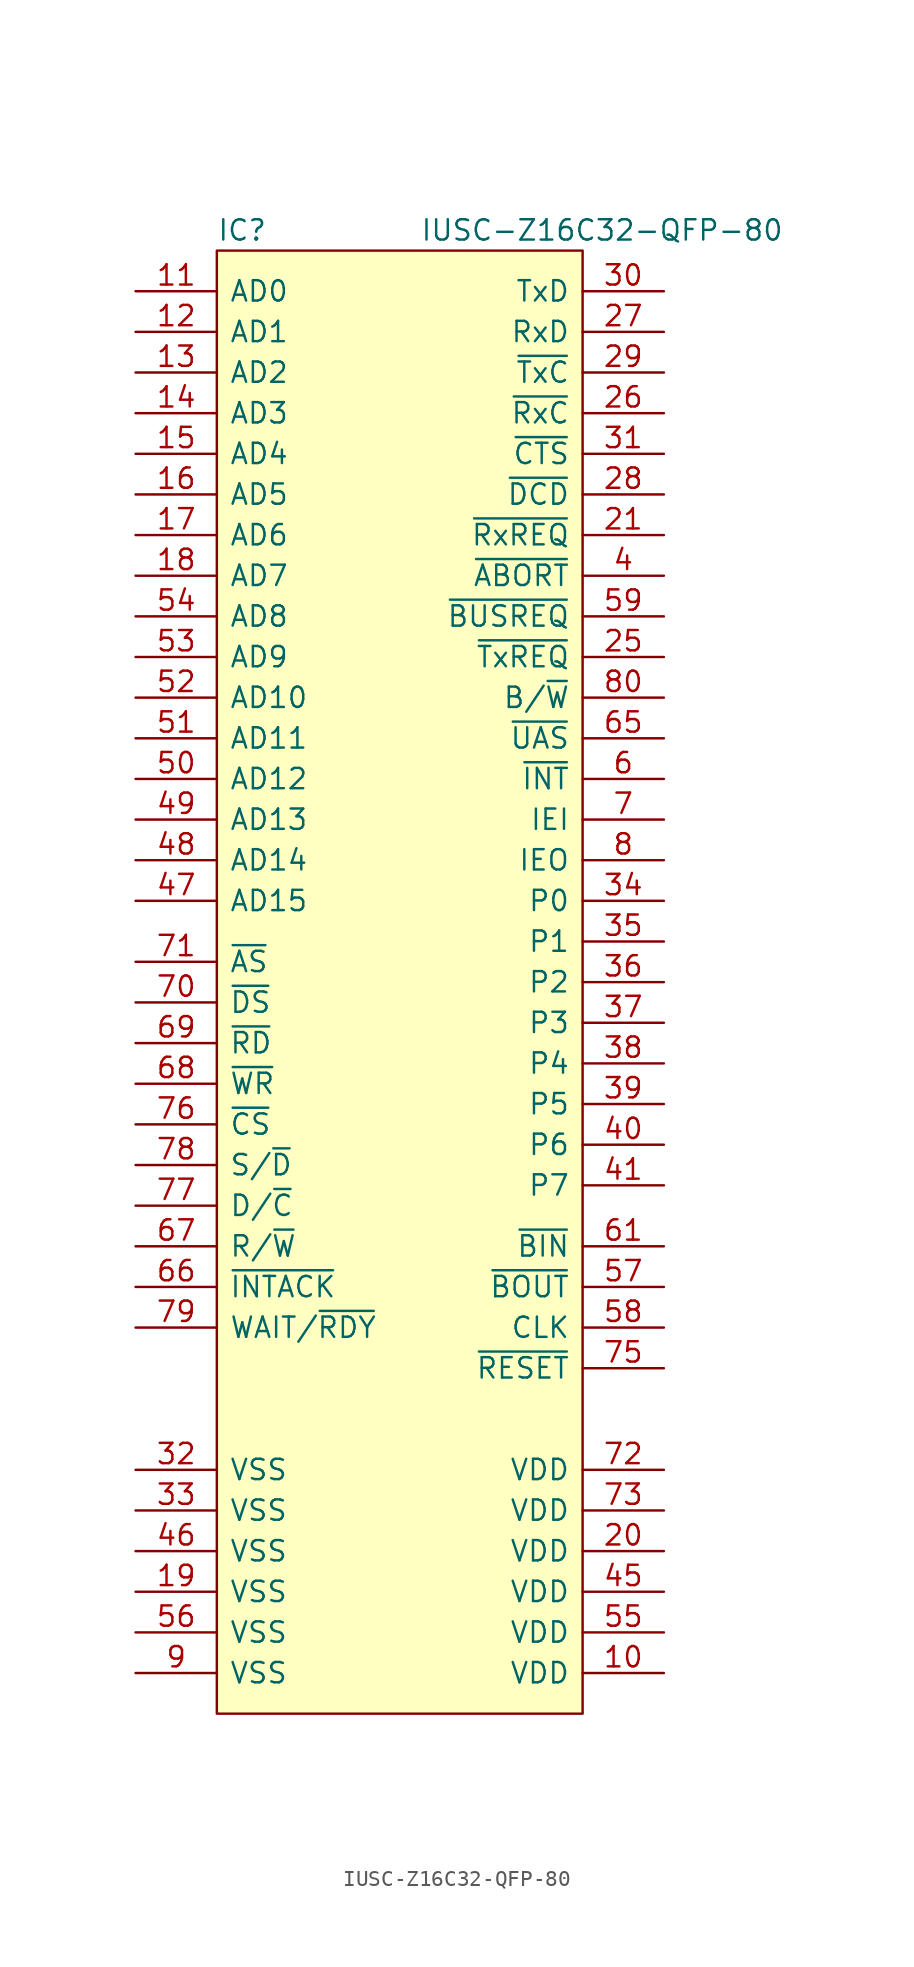
<source format=kicad_sym>
(kicad_symbol_lib
  (version 20211014)
  (generator kicad_symbol_editor)
  (symbol "IUSC-Z16C32-QFP-80"
    (pin_names
      (offset 0.762))
    (property "Reference" "IC"
      (at 0 1.27 0)
      (effects (font (size 1.27 1.27)) (justify left)))
    (property "Value" "IUSC-Z16C32-QFP-80"
      (at 12.7 1.27 0)
      (effects (font (size 1.27 1.27)) (justify left)))
    (symbol "IUSC-Z16C32-QFP-80_0_0"
      (pin power_in line (at 27.94 -88.9 180) (length 5.08) (name "VDD" (effects (font (size 1.27 1.27)))) (number "10" (effects (font (size 1.27 1.27)))))
      (pin bidirectional line (at -5.08 -2.54 0) (length 5.08) (name "AD0" (effects (font (size 1.27 1.27)))) (number "11" (effects (font (size 1.27 1.27)))))
      (pin bidirectional line (at -5.08 -5.08 0) (length 5.08) (name "AD1" (effects (font (size 1.27 1.27)))) (number "12" (effects (font (size 1.27 1.27)))))
      (pin bidirectional line (at -5.08 -7.62 0) (length 5.08) (name "AD2" (effects (font (size 1.27 1.27)))) (number "13" (effects (font (size 1.27 1.27)))))
      (pin bidirectional line (at -5.08 -10.16 0) (length 5.08) (name "AD3" (effects (font (size 1.27 1.27)))) (number "14" (effects (font (size 1.27 1.27)))))
      (pin bidirectional line (at -5.08 -12.7 0) (length 5.08) (name "AD4" (effects (font (size 1.27 1.27)))) (number "15" (effects (font (size 1.27 1.27)))))
      (pin bidirectional line (at -5.08 -15.24 0) (length 5.08) (name "AD5" (effects (font (size 1.27 1.27)))) (number "16" (effects (font (size 1.27 1.27)))))
      (pin bidirectional line (at -5.08 -17.78 0) (length 5.08) (name "AD6" (effects (font (size 1.27 1.27)))) (number "17" (effects (font (size 1.27 1.27)))))
      (pin bidirectional line (at -5.08 -20.32 0) (length 5.08) (name "AD7" (effects (font (size 1.27 1.27)))) (number "18" (effects (font (size 1.27 1.27)))))
      (pin power_in line (at -5.08 -83.82 0) (length 5.08) (name "VSS" (effects (font (size 1.27 1.27)))) (number "19" (effects (font (size 1.27 1.27)))))
      (pin power_in line (at 27.94 -81.28 180) (length 5.08) (name "VDD" (effects (font (size 1.27 1.27)))) (number "20" (effects (font (size 1.27 1.27)))))
      (pin bidirectional line (at 27.94 -17.78 180) (length 5.08) (name "~{RxREQ}" (effects (font (size 1.27 1.27)))) (number "21" (effects (font (size 1.27 1.27)))))
      (pin bidirectional line (at 27.94 -25.4 180) (length 5.08) (name "~{TxREQ}" (effects (font (size 1.27 1.27)))) (number "25" (effects (font (size 1.27 1.27)))))
      (pin bidirectional line (at 27.94 -10.16 180) (length 5.08) (name "~{RxC}" (effects (font (size 1.27 1.27)))) (number "26" (effects (font (size 1.27 1.27)))))
      (pin input line (at 27.94 -5.08 180) (length 5.08) (name "RxD" (effects (font (size 1.27 1.27)))) (number "27" (effects (font (size 1.27 1.27)))))
      (pin bidirectional line (at 27.94 -15.24 180) (length 5.08) (name "~{DCD}" (effects (font (size 1.27 1.27)))) (number "28" (effects (font (size 1.27 1.27)))))
      (pin bidirectional line (at 27.94 -7.62 180) (length 5.08) (name "~{TxC}" (effects (font (size 1.27 1.27)))) (number "29" (effects (font (size 1.27 1.27)))))
      (pin output line (at 27.94 -2.54 180) (length 5.08) (name "TxD" (effects (font (size 1.27 1.27)))) (number "30" (effects (font (size 1.27 1.27)))))
      (pin bidirectional line (at 27.94 -12.7 180) (length 5.08) (name "~{CTS}" (effects (font (size 1.27 1.27)))) (number "31" (effects (font (size 1.27 1.27)))))
      (pin power_in line (at -5.08 -76.2 0) (length 5.08) (name "VSS" (effects (font (size 1.27 1.27)))) (number "32" (effects (font (size 1.27 1.27)))))
      (pin power_in line (at -5.08 -78.74 0) (length 5.08) (name "VSS" (effects (font (size 1.27 1.27)))) (number "33" (effects (font (size 1.27 1.27)))))
      (pin bidirectional line (at 27.94 -40.64 180) (length 5.08) (name "P0" (effects (font (size 1.27 1.27)))) (number "34" (effects (font (size 1.27 1.27)))))
      (pin bidirectional line (at 27.94 -43.18 180) (length 5.08) (name "P1" (effects (font (size 1.27 1.27)))) (number "35" (effects (font (size 1.27 1.27)))))
      (pin bidirectional line (at 27.94 -45.72 180) (length 5.08) (name "P2" (effects (font (size 1.27 1.27)))) (number "36" (effects (font (size 1.27 1.27)))))
      (pin bidirectional line (at 27.94 -48.26 180) (length 5.08) (name "P3" (effects (font (size 1.27 1.27)))) (number "37" (effects (font (size 1.27 1.27)))))
      (pin bidirectional line (at 27.94 -50.8 180) (length 5.08) (name "P4" (effects (font (size 1.27 1.27)))) (number "38" (effects (font (size 1.27 1.27)))))
      (pin bidirectional line (at 27.94 -53.34 180) (length 5.08) (name "P5" (effects (font (size 1.27 1.27)))) (number "39" (effects (font (size 1.27 1.27)))))
      (pin bidirectional line (at 27.94 -20.32 180) (length 5.08) (name "~{ABORT}" (effects (font (size 1.27 1.27)))) (number "4" (effects (font (size 1.27 1.27)))))
      (pin bidirectional line (at 27.94 -55.88 180) (length 5.08) (name "P6" (effects (font (size 1.27 1.27)))) (number "40" (effects (font (size 1.27 1.27)))))
      (pin bidirectional line (at 27.94 -58.42 180) (length 5.08) (name "P7" (effects (font (size 1.27 1.27)))) (number "41" (effects (font (size 1.27 1.27)))))
      (pin power_in line (at 27.94 -83.82 180) (length 5.08) (name "VDD" (effects (font (size 1.27 1.27)))) (number "45" (effects (font (size 1.27 1.27)))))
      (pin power_in line (at -5.08 -81.28 0) (length 5.08) (name "VSS" (effects (font (size 1.27 1.27)))) (number "46" (effects (font (size 1.27 1.27)))))
      (pin bidirectional line (at -5.08 -40.64 0) (length 5.08) (name "AD15" (effects (font (size 1.27 1.27)))) (number "47" (effects (font (size 1.27 1.27)))))
      (pin bidirectional line (at -5.08 -38.1 0) (length 5.08) (name "AD14" (effects (font (size 1.27 1.27)))) (number "48" (effects (font (size 1.27 1.27)))))
      (pin bidirectional line (at -5.08 -35.56 0) (length 5.08) (name "AD13" (effects (font (size 1.27 1.27)))) (number "49" (effects (font (size 1.27 1.27)))))
      (pin bidirectional line (at -5.08 -33.02 0) (length 5.08) (name "AD12" (effects (font (size 1.27 1.27)))) (number "50" (effects (font (size 1.27 1.27)))))
      (pin bidirectional line (at -5.08 -30.48 0) (length 5.08) (name "AD11" (effects (font (size 1.27 1.27)))) (number "51" (effects (font (size 1.27 1.27)))))
      (pin bidirectional line (at -5.08 -27.94 0) (length 5.08) (name "AD10" (effects (font (size 1.27 1.27)))) (number "52" (effects (font (size 1.27 1.27)))))
      (pin bidirectional line (at -5.08 -25.4 0) (length 5.08) (name "AD9" (effects (font (size 1.27 1.27)))) (number "53" (effects (font (size 1.27 1.27)))))
      (pin bidirectional line (at -5.08 -22.86 0) (length 5.08) (name "AD8" (effects (font (size 1.27 1.27)))) (number "54" (effects (font (size 1.27 1.27)))))
      (pin power_in line (at 27.94 -86.36 180) (length 5.08) (name "VDD" (effects (font (size 1.27 1.27)))) (number "55" (effects (font (size 1.27 1.27)))))
      (pin power_in line (at -5.08 -86.36 0) (length 5.08) (name "VSS" (effects (font (size 1.27 1.27)))) (number "56" (effects (font (size 1.27 1.27)))))
      (pin output line (at 27.94 -64.77 180) (length 5.08) (name "~{BOUT}" (effects (font (size 1.27 1.27)))) (number "57" (effects (font (size 1.27 1.27)))))
      (pin input line (at 27.94 -67.31 180) (length 5.08) (name "CLK" (effects (font (size 1.27 1.27)))) (number "58" (effects (font (size 1.27 1.27)))))
      (pin output line (at 27.94 -22.86 180) (length 5.08) (name "~{BUSREQ}" (effects (font (size 1.27 1.27)))) (number "59" (effects (font (size 1.27 1.27)))))
      (pin output line (at 27.94 -33.02 180) (length 5.08) (name "~{INT}" (effects (font (size 1.27 1.27)))) (number "6" (effects (font (size 1.27 1.27)))))
      (pin input line (at 27.94 -62.23 180) (length 5.08) (name "~{BIN}" (effects (font (size 1.27 1.27)))) (number "61" (effects (font (size 1.27 1.27)))))
      (pin bidirectional line (at 27.94 -30.48 180) (length 5.08) (name "~{UAS}" (effects (font (size 1.27 1.27)))) (number "65" (effects (font (size 1.27 1.27)))))
      (pin input line (at -5.08 -64.77 0) (length 5.08) (name "~{INTACK}" (effects (font (size 1.27 1.27)))) (number "66" (effects (font (size 1.27 1.27)))))
      (pin input line (at -5.08 -62.23 0) (length 5.08) (name "R/~{W}" (effects (font (size 1.27 1.27)))) (number "67" (effects (font (size 1.27 1.27)))))
      (pin input line (at -5.08 -52.07 0) (length 5.08) (name "~{WR}" (effects (font (size 1.27 1.27)))) (number "68" (effects (font (size 1.27 1.27)))))
      (pin input line (at -5.08 -49.53 0) (length 5.08) (name "~{RD}" (effects (font (size 1.27 1.27)))) (number "69" (effects (font (size 1.27 1.27)))))
      (pin input line (at 27.94 -35.56 180) (length 5.08) (name "IEI" (effects (font (size 1.27 1.27)))) (number "7" (effects (font (size 1.27 1.27)))))
      (pin input line (at -5.08 -46.99 0) (length 5.08) (name "~{DS}" (effects (font (size 1.27 1.27)))) (number "70" (effects (font (size 1.27 1.27)))))
      (pin input line (at -5.08 -44.45 0) (length 5.08) (name "~{AS}" (effects (font (size 1.27 1.27)))) (number "71" (effects (font (size 1.27 1.27)))))
      (pin power_in line (at 27.94 -76.2 180) (length 5.08) (name "VDD" (effects (font (size 1.27 1.27)))) (number "72" (effects (font (size 1.27 1.27)))))
      (pin power_in line (at 27.94 -78.74 180) (length 5.08) (name "VDD" (effects (font (size 1.27 1.27)))) (number "73" (effects (font (size 1.27 1.27)))))
      (pin input line (at 27.94 -69.85 180) (length 5.08) (name "~{RESET}" (effects (font (size 1.27 1.27)))) (number "75" (effects (font (size 1.27 1.27)))))
      (pin input line (at -5.08 -54.61 0) (length 5.08) (name "~{CS}" (effects (font (size 1.27 1.27)))) (number "76" (effects (font (size 1.27 1.27)))))
      (pin input line (at -5.08 -59.69 0) (length 5.08) (name "D/~{C}" (effects (font (size 1.27 1.27)))) (number "77" (effects (font (size 1.27 1.27)))))
      (pin input line (at -5.08 -57.15 0) (length 5.08) (name "S/~{D}" (effects (font (size 1.27 1.27)))) (number "78" (effects (font (size 1.27 1.27)))))
      (pin output line (at -5.08 -67.31 0) (length 5.08) (name "WAIT/~{RDY}" (effects (font (size 1.27 1.27)))) (number "79" (effects (font (size 1.27 1.27)))))
      (pin output line (at 27.94 -38.1 180) (length 5.08) (name "IEO" (effects (font (size 1.27 1.27)))) (number "8" (effects (font (size 1.27 1.27)))))
      (pin input line (at 27.94 -27.94 180) (length 5.08) (name "B/~{W}" (effects (font (size 1.27 1.27)))) (number "80" (effects (font (size 1.27 1.27)))))
      (pin power_in line (at -5.08 -88.9 0) (length 5.08) (name "VSS" (effects (font (size 1.27 1.27)))) (number "9" (effects (font (size 1.27 1.27))))))
    (symbol "IUSC-Z16C32-QFP-80_0_1"
      (rectangle (start 0 0) (end 22.86 -91.44) (stroke (width 0) (type default) (color 0 0 0 0)) (fill (type background))))))
</source>
